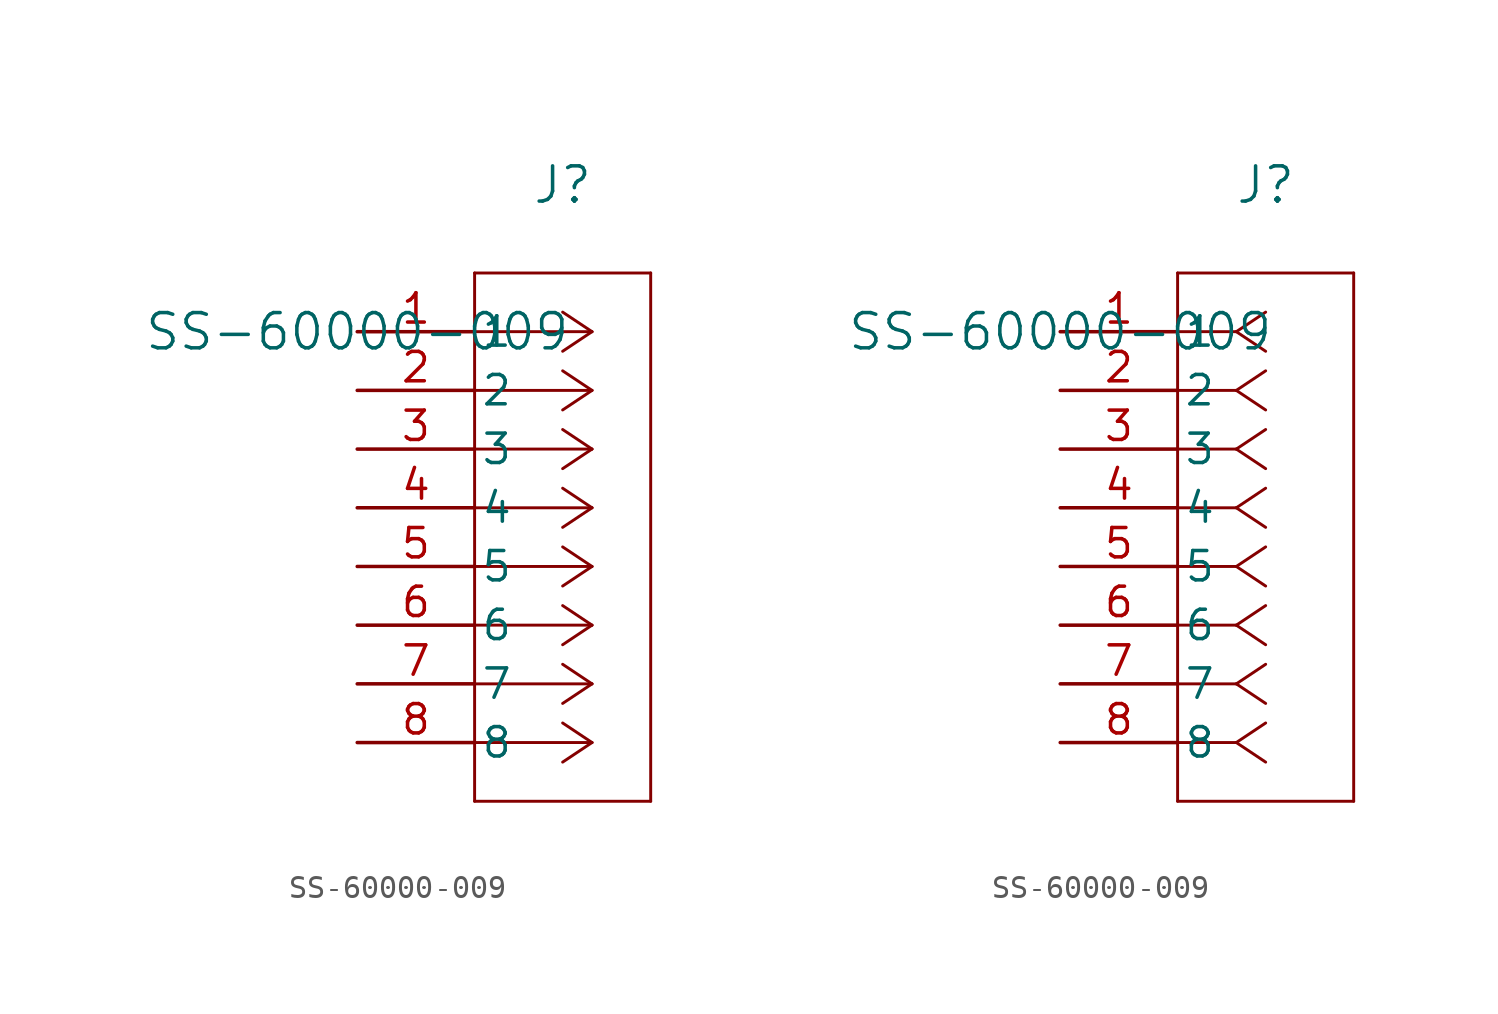
<source format=kicad_sym>
(kicad_symbol_lib
  (version 20211014)
  (generator kicad_symbol_editor)
  (symbol "SS-60000-009"
    (pin_names
      (offset 0.254))
    (property "Reference" "J"
      (at 8.89 6.35 0)
      (effects (font (size 1.524 1.524))))
    (property "Value" "SS-60000-009"
      (at 0 0 0)
      (effects (font (size 1.524 1.524))))
    (symbol "SS-60000-009_1_1"
      (polyline (pts (xy 10.16 0) (xy 5.08 0)) (stroke (width 0.127) (type default) (color 0 0 0 0)) (fill (type none)))
      (polyline (pts (xy 10.16 -2.54) (xy 5.08 -2.54)) (stroke (width 0.127) (type default) (color 0 0 0 0)) (fill (type none)))
      (polyline (pts (xy 10.16 -5.08) (xy 5.08 -5.08)) (stroke (width 0.127) (type default) (color 0 0 0 0)) (fill (type none)))
      (polyline (pts (xy 10.16 -7.62) (xy 5.08 -7.62)) (stroke (width 0.127) (type default) (color 0 0 0 0)) (fill (type none)))
      (polyline (pts (xy 10.16 -10.16) (xy 5.08 -10.16)) (stroke (width 0.127) (type default) (color 0 0 0 0)) (fill (type none)))
      (polyline (pts (xy 10.16 -12.7) (xy 5.08 -12.7)) (stroke (width 0.127) (type default) (color 0 0 0 0)) (fill (type none)))
      (polyline (pts (xy 10.16 -15.24) (xy 5.08 -15.24)) (stroke (width 0.127) (type default) (color 0 0 0 0)) (fill (type none)))
      (polyline (pts (xy 10.16 -17.78) (xy 5.08 -17.78)) (stroke (width 0.127) (type default) (color 0 0 0 0)) (fill (type none)))
      (polyline (pts (xy 10.16 0) (xy 8.89 0.847)) (stroke (width 0.127) (type default) (color 0 0 0 0)) (fill (type none)))
      (polyline (pts (xy 10.16 -2.54) (xy 8.89 -1.693)) (stroke (width 0.127) (type default) (color 0 0 0 0)) (fill (type none)))
      (polyline (pts (xy 10.16 -5.08) (xy 8.89 -4.233)) (stroke (width 0.127) (type default) (color 0 0 0 0)) (fill (type none)))
      (polyline (pts (xy 10.16 -7.62) (xy 8.89 -6.773)) (stroke (width 0.127) (type default) (color 0 0 0 0)) (fill (type none)))
      (polyline (pts (xy 10.16 -10.16) (xy 8.89 -9.313)) (stroke (width 0.127) (type default) (color 0 0 0 0)) (fill (type none)))
      (polyline (pts (xy 10.16 -12.7) (xy 8.89 -11.853)) (stroke (width 0.127) (type default) (color 0 0 0 0)) (fill (type none)))
      (polyline (pts (xy 10.16 -15.24) (xy 8.89 -14.393)) (stroke (width 0.127) (type default) (color 0 0 0 0)) (fill (type none)))
      (polyline (pts (xy 10.16 -17.78) (xy 8.89 -16.933)) (stroke (width 0.127) (type default) (color 0 0 0 0)) (fill (type none)))
      (polyline (pts (xy 10.16 0) (xy 8.89 -0.847)) (stroke (width 0.127) (type default) (color 0 0 0 0)) (fill (type none)))
      (polyline (pts (xy 10.16 -2.54) (xy 8.89 -3.387)) (stroke (width 0.127) (type default) (color 0 0 0 0)) (fill (type none)))
      (polyline (pts (xy 10.16 -5.08) (xy 8.89 -5.927)) (stroke (width 0.127) (type default) (color 0 0 0 0)) (fill (type none)))
      (polyline (pts (xy 10.16 -7.62) (xy 8.89 -8.467)) (stroke (width 0.127) (type default) (color 0 0 0 0)) (fill (type none)))
      (polyline (pts (xy 10.16 -10.16) (xy 8.89 -11.007)) (stroke (width 0.127) (type default) (color 0 0 0 0)) (fill (type none)))
      (polyline (pts (xy 10.16 -12.7) (xy 8.89 -13.547)) (stroke (width 0.127) (type default) (color 0 0 0 0)) (fill (type none)))
      (polyline (pts (xy 10.16 -15.24) (xy 8.89 -16.087)) (stroke (width 0.127) (type default) (color 0 0 0 0)) (fill (type none)))
      (polyline (pts (xy 10.16 -17.78) (xy 8.89 -18.627)) (stroke (width 0.127) (type default) (color 0 0 0 0)) (fill (type none)))
      (polyline (pts (xy 5.08 2.54) (xy 5.08 -20.32)) (stroke (width 0.127) (type default) (color 0 0 0 0)) (fill (type none)))
      (polyline (pts (xy 5.08 -20.32) (xy 12.7 -20.32)) (stroke (width 0.127) (type default) (color 0 0 0 0)) (fill (type none)))
      (polyline (pts (xy 12.7 -20.32) (xy 12.7 2.54)) (stroke (width 0.127) (type default) (color 0 0 0 0)) (fill (type none)))
      (polyline (pts (xy 12.7 2.54) (xy 5.08 2.54)) (stroke (width 0.127) (type default) (color 0 0 0 0)) (fill (type none)))
      (pin unspecified line (at 0 0 0) (length 5.08) (name "1" (effects (font (size 1.27 1.27)))) (number "1" (effects (font (size 1.27 1.27)))))
      (pin unspecified line (at 0 -2.54 0) (length 5.08) (name "2" (effects (font (size 1.27 1.27)))) (number "2" (effects (font (size 1.27 1.27)))))
      (pin unspecified line (at 0 -5.08 0) (length 5.08) (name "3" (effects (font (size 1.27 1.27)))) (number "3" (effects (font (size 1.27 1.27)))))
      (pin unspecified line (at 0 -7.62 0) (length 5.08) (name "4" (effects (font (size 1.27 1.27)))) (number "4" (effects (font (size 1.27 1.27)))))
      (pin unspecified line (at 0 -10.16 0) (length 5.08) (name "5" (effects (font (size 1.27 1.27)))) (number "5" (effects (font (size 1.27 1.27)))))
      (pin unspecified line (at 0 -12.7 0) (length 5.08) (name "6" (effects (font (size 1.27 1.27)))) (number "6" (effects (font (size 1.27 1.27)))))
      (pin unspecified line (at 0 -15.24 0) (length 5.08) (name "7" (effects (font (size 1.27 1.27)))) (number "7" (effects (font (size 1.27 1.27)))))
      (pin unspecified line (at 0 -17.78 0) (length 5.08) (name "8" (effects (font (size 1.27 1.27)))) (number "8" (effects (font (size 1.27 1.27))))))
    (symbol "SS-60000-009_1_2"
      (polyline (pts (xy 7.62 0) (xy 5.08 0)) (stroke (width 0.127) (type default) (color 0 0 0 0)) (fill (type none)))
      (polyline (pts (xy 7.62 -2.54) (xy 5.08 -2.54)) (stroke (width 0.127) (type default) (color 0 0 0 0)) (fill (type none)))
      (polyline (pts (xy 7.62 -5.08) (xy 5.08 -5.08)) (stroke (width 0.127) (type default) (color 0 0 0 0)) (fill (type none)))
      (polyline (pts (xy 7.62 -7.62) (xy 5.08 -7.62)) (stroke (width 0.127) (type default) (color 0 0 0 0)) (fill (type none)))
      (polyline (pts (xy 7.62 -10.16) (xy 5.08 -10.16)) (stroke (width 0.127) (type default) (color 0 0 0 0)) (fill (type none)))
      (polyline (pts (xy 7.62 -12.7) (xy 5.08 -12.7)) (stroke (width 0.127) (type default) (color 0 0 0 0)) (fill (type none)))
      (polyline (pts (xy 7.62 -15.24) (xy 5.08 -15.24)) (stroke (width 0.127) (type default) (color 0 0 0 0)) (fill (type none)))
      (polyline (pts (xy 7.62 -17.78) (xy 5.08 -17.78)) (stroke (width 0.127) (type default) (color 0 0 0 0)) (fill (type none)))
      (polyline (pts (xy 7.62 0) (xy 8.89 0.847)) (stroke (width 0.127) (type default) (color 0 0 0 0)) (fill (type none)))
      (polyline (pts (xy 7.62 -2.54) (xy 8.89 -1.693)) (stroke (width 0.127) (type default) (color 0 0 0 0)) (fill (type none)))
      (polyline (pts (xy 7.62 -5.08) (xy 8.89 -4.233)) (stroke (width 0.127) (type default) (color 0 0 0 0)) (fill (type none)))
      (polyline (pts (xy 7.62 -7.62) (xy 8.89 -6.773)) (stroke (width 0.127) (type default) (color 0 0 0 0)) (fill (type none)))
      (polyline (pts (xy 7.62 -10.16) (xy 8.89 -9.313)) (stroke (width 0.127) (type default) (color 0 0 0 0)) (fill (type none)))
      (polyline (pts (xy 7.62 -12.7) (xy 8.89 -11.853)) (stroke (width 0.127) (type default) (color 0 0 0 0)) (fill (type none)))
      (polyline (pts (xy 7.62 -15.24) (xy 8.89 -14.393)) (stroke (width 0.127) (type default) (color 0 0 0 0)) (fill (type none)))
      (polyline (pts (xy 7.62 -17.78) (xy 8.89 -16.933)) (stroke (width 0.127) (type default) (color 0 0 0 0)) (fill (type none)))
      (polyline (pts (xy 7.62 0) (xy 8.89 -0.847)) (stroke (width 0.127) (type default) (color 0 0 0 0)) (fill (type none)))
      (polyline (pts (xy 7.62 -2.54) (xy 8.89 -3.387)) (stroke (width 0.127) (type default) (color 0 0 0 0)) (fill (type none)))
      (polyline (pts (xy 7.62 -5.08) (xy 8.89 -5.927)) (stroke (width 0.127) (type default) (color 0 0 0 0)) (fill (type none)))
      (polyline (pts (xy 7.62 -7.62) (xy 8.89 -8.467)) (stroke (width 0.127) (type default) (color 0 0 0 0)) (fill (type none)))
      (polyline (pts (xy 7.62 -10.16) (xy 8.89 -11.007)) (stroke (width 0.127) (type default) (color 0 0 0 0)) (fill (type none)))
      (polyline (pts (xy 7.62 -12.7) (xy 8.89 -13.547)) (stroke (width 0.127) (type default) (color 0 0 0 0)) (fill (type none)))
      (polyline (pts (xy 7.62 -15.24) (xy 8.89 -16.087)) (stroke (width 0.127) (type default) (color 0 0 0 0)) (fill (type none)))
      (polyline (pts (xy 7.62 -17.78) (xy 8.89 -18.627)) (stroke (width 0.127) (type default) (color 0 0 0 0)) (fill (type none)))
      (polyline (pts (xy 5.08 2.54) (xy 5.08 -20.32)) (stroke (width 0.127) (type default) (color 0 0 0 0)) (fill (type none)))
      (polyline (pts (xy 5.08 -20.32) (xy 12.7 -20.32)) (stroke (width 0.127) (type default) (color 0 0 0 0)) (fill (type none)))
      (polyline (pts (xy 12.7 -20.32) (xy 12.7 2.54)) (stroke (width 0.127) (type default) (color 0 0 0 0)) (fill (type none)))
      (polyline (pts (xy 12.7 2.54) (xy 5.08 2.54)) (stroke (width 0.127) (type default) (color 0 0 0 0)) (fill (type none)))
      (pin unspecified line (at 0 0 0) (length 5.08) (name "1" (effects (font (size 1.27 1.27)))) (number "1" (effects (font (size 1.27 1.27)))))
      (pin unspecified line (at 0 -2.54 0) (length 5.08) (name "2" (effects (font (size 1.27 1.27)))) (number "2" (effects (font (size 1.27 1.27)))))
      (pin unspecified line (at 0 -5.08 0) (length 5.08) (name "3" (effects (font (size 1.27 1.27)))) (number "3" (effects (font (size 1.27 1.27)))))
      (pin unspecified line (at 0 -7.62 0) (length 5.08) (name "4" (effects (font (size 1.27 1.27)))) (number "4" (effects (font (size 1.27 1.27)))))
      (pin unspecified line (at 0 -10.16 0) (length 5.08) (name "5" (effects (font (size 1.27 1.27)))) (number "5" (effects (font (size 1.27 1.27)))))
      (pin unspecified line (at 0 -12.7 0) (length 5.08) (name "6" (effects (font (size 1.27 1.27)))) (number "6" (effects (font (size 1.27 1.27)))))
      (pin unspecified line (at 0 -15.24 0) (length 5.08) (name "7" (effects (font (size 1.27 1.27)))) (number "7" (effects (font (size 1.27 1.27)))))
      (pin unspecified line (at 0 -17.78 0) (length 5.08) (name "8" (effects (font (size 1.27 1.27)))) (number "8" (effects (font (size 1.27 1.27))))))))
</source>
